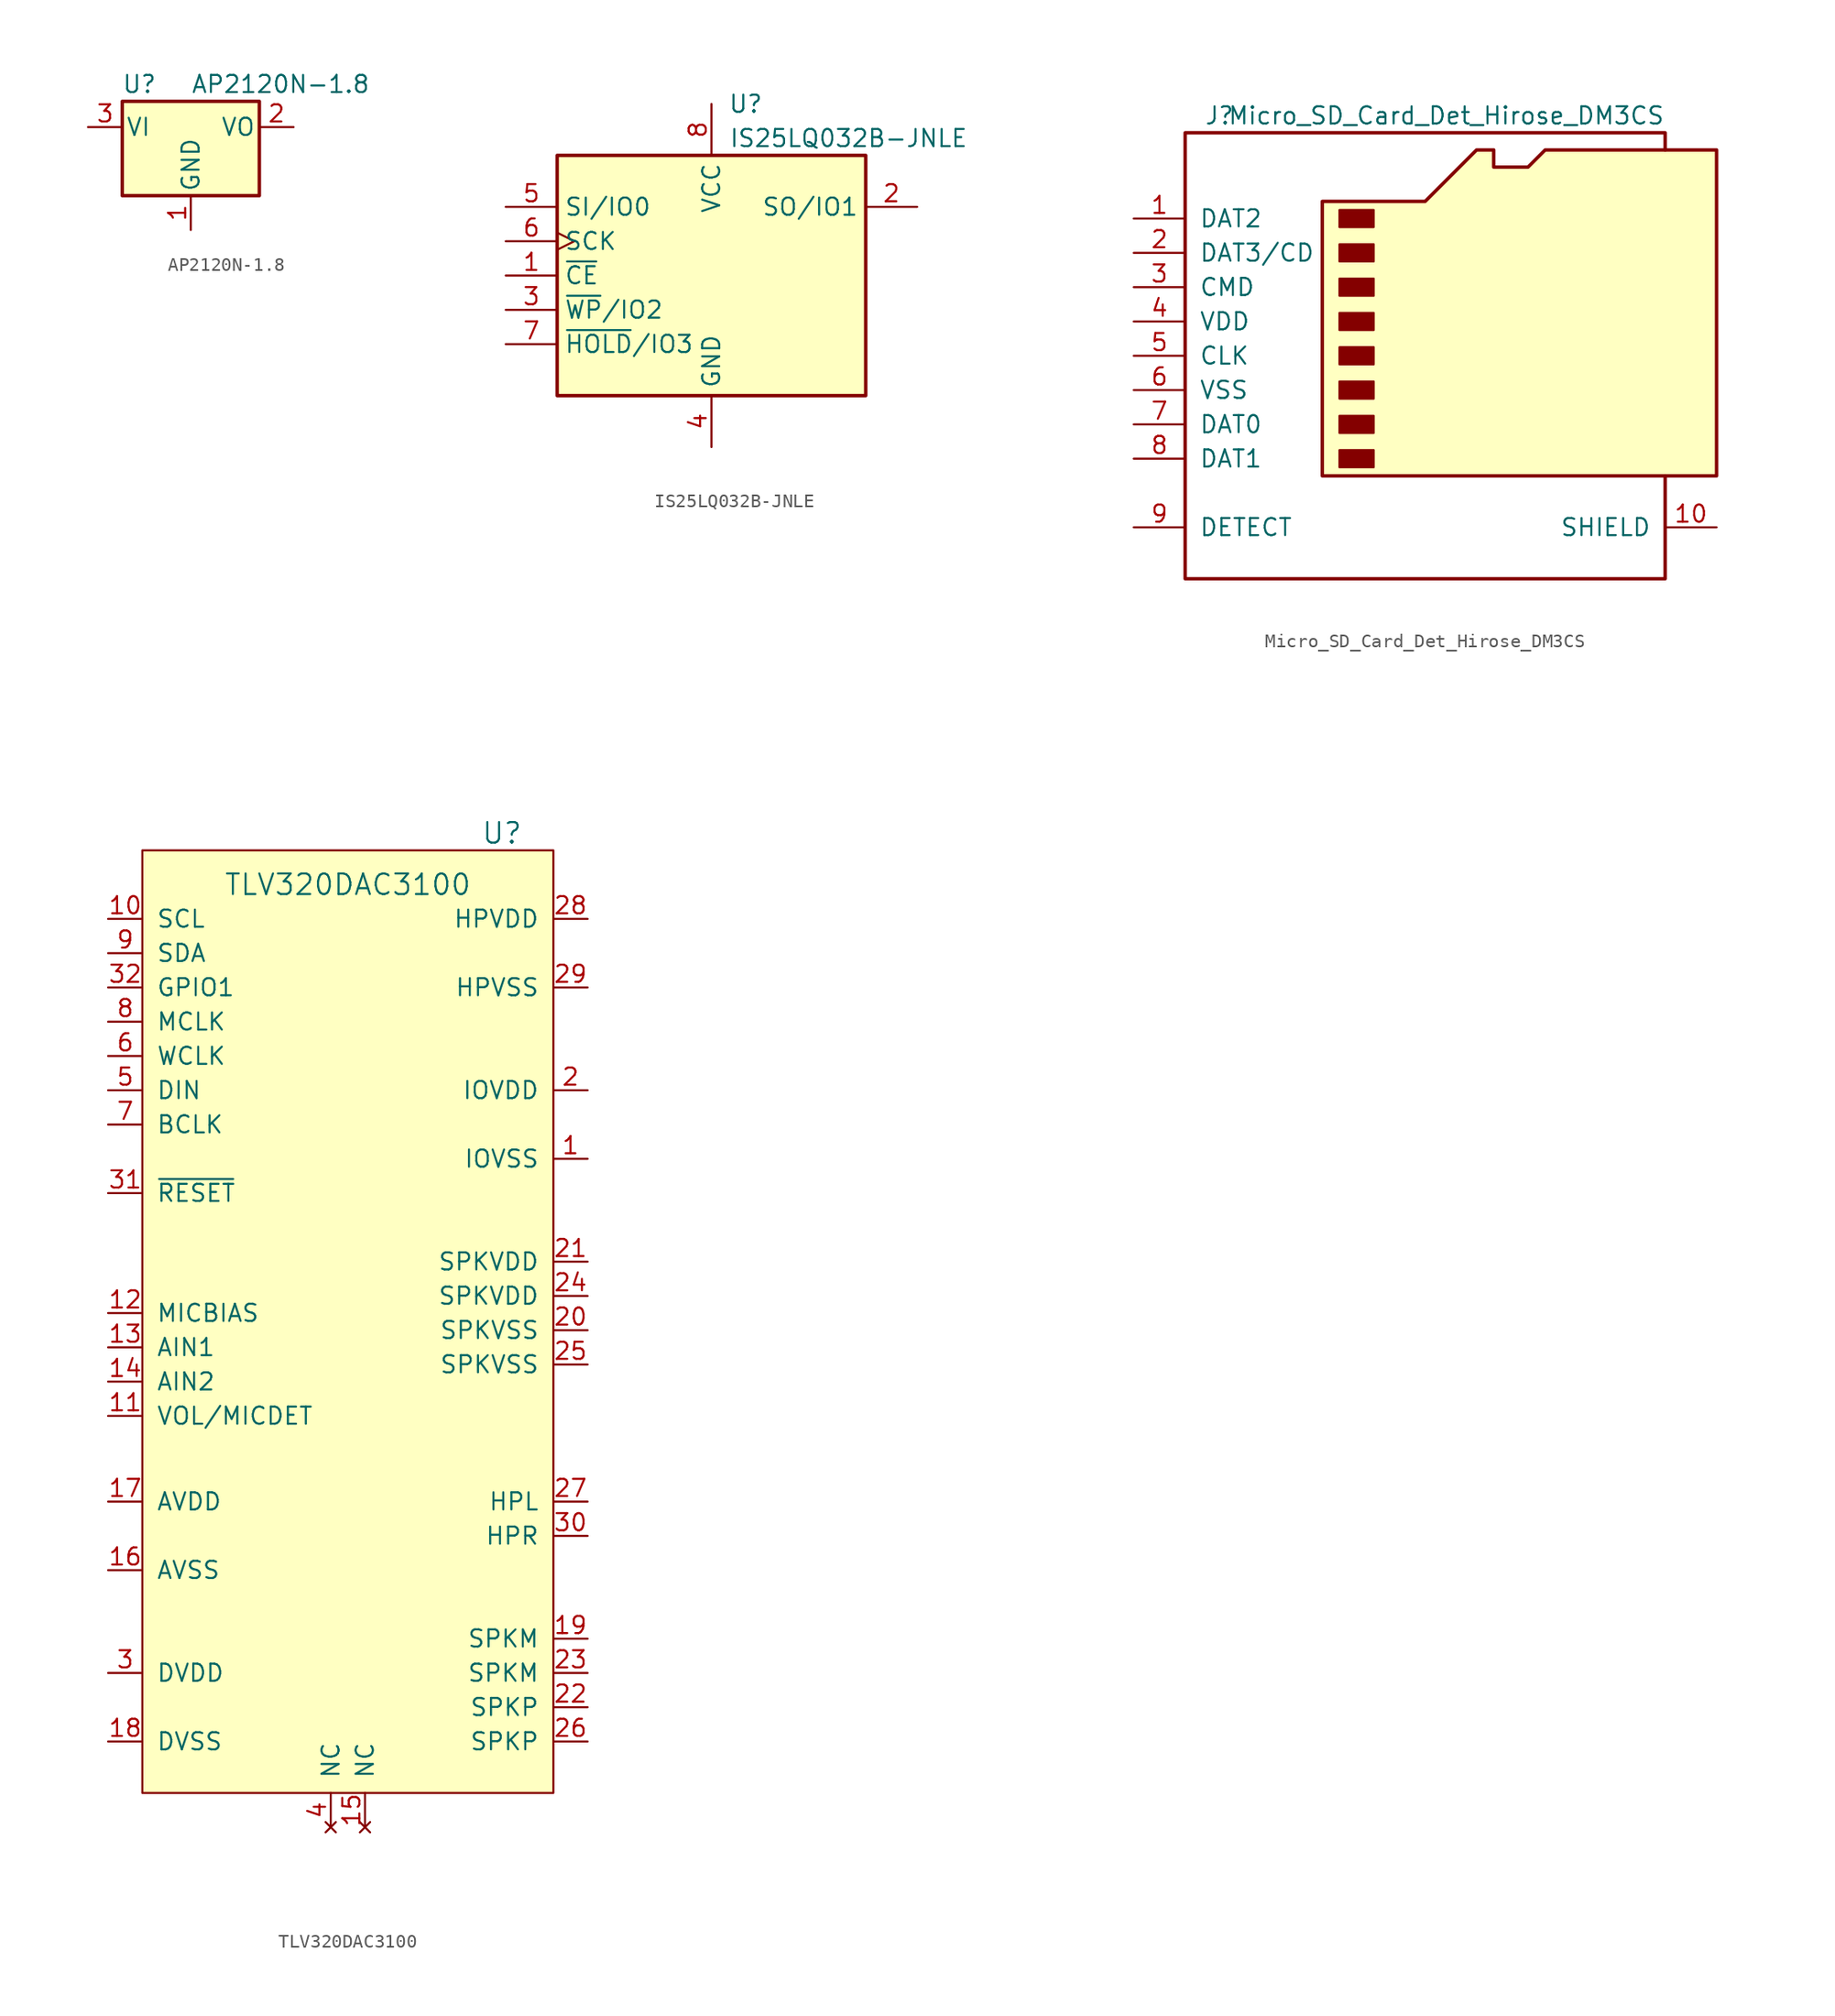
<source format=kicad_sym>
(kicad_symbol_lib
  (version 20220914)
  (generator kicad_symbol_editor)
  (symbol "AP2120N-1.8"
    (pin_names
      (offset 0.254))
    (property "Reference" "U"
      (at -3.81 3.175 0)
      (effects (font (size 1.27 1.27))))
    (property "Value" "AP2120N-1.8"
      (at 0 3.175 0)
      (effects (font (size 1.27 1.27)) (justify left)))
    (symbol "AP2120N-1.8_0_1"
      (rectangle (start -5.08 1.905) (end 5.08 -5.08) (stroke (width 0.254) (type solid)) (fill (type background))))
    (symbol "AP2120N-1.8_1_1"
      (pin power_in line (at 0 -7.62 90) (length 2.54) (name "GND" (effects (font (size 1.27 1.27)))) (number "1" (effects (font (size 1.27 1.27)))))
      (pin power_out line (at 7.62 0 180) (length 2.54) (name "VO" (effects (font (size 1.27 1.27)))) (number "2" (effects (font (size 1.27 1.27)))))
      (pin power_in line (at -7.62 0 0) (length 2.54) (name "VI" (effects (font (size 1.27 1.27)))) (number "3" (effects (font (size 1.27 1.27)))))))
  (symbol "IS25LQ032B-JNLE"
    (property "Reference" "U"
      (at 2.54 12.7 0)
      (effects (font (size 1.27 1.27))))
    (property "Value" "IS25LQ032B-JNLE"
      (at 10.16 10.16 0)
      (effects (font (size 1.27 1.27))))
    (symbol "IS25LQ032B-JNLE_1_1"
      (rectangle (start -11.43 8.89) (end 11.43 -8.89) (stroke (width 0.254) (type solid)) (fill (type background)))
      (pin input line (at -15.24 0 0) (length 3.81) (name "~{CE}" (effects (font (size 1.27 1.27)))) (number "1" (effects (font (size 1.27 1.27)))))
      (pin bidirectional line (at 15.24 5.08 180) (length 3.81) (name "SO/IO1" (effects (font (size 1.27 1.27)))) (number "2" (effects (font (size 1.27 1.27)))))
      (pin bidirectional line (at -15.24 -2.54 0) (length 3.81) (name "~{WP}/IO2" (effects (font (size 1.27 1.27)))) (number "3" (effects (font (size 1.27 1.27)))))
      (pin power_in line (at 0 -12.7 90) (length 3.81) (name "GND" (effects (font (size 1.27 1.27)))) (number "4" (effects (font (size 1.27 1.27)))))
      (pin bidirectional line (at -15.24 5.08 0) (length 3.81) (name "SI/IO0" (effects (font (size 1.27 1.27)))) (number "5" (effects (font (size 1.27 1.27)))))
      (pin input clock (at -15.24 2.54 0) (length 3.81) (name "SCK" (effects (font (size 1.27 1.27)))) (number "6" (effects (font (size 1.27 1.27)))))
      (pin bidirectional line (at -15.24 -5.08 0) (length 3.81) (name "~{HOLD}/IO3" (effects (font (size 1.27 1.27)))) (number "7" (effects (font (size 1.27 1.27)))))
      (pin power_in line (at 0 12.7 270) (length 3.81) (name "VCC" (effects (font (size 1.27 1.27)))) (number "8" (effects (font (size 1.27 1.27)))))))
  (symbol "Micro_SD_Card_Det_Hirose_DM3CS"
    (pin_names
      (offset 1.016))
    (property "Reference" "J"
      (at -16.51 17.78 0)
      (effects (font (size 1.27 1.27))))
    (property "Value" "Micro_SD_Card_Det_Hirose_DM3CS"
      (at 16.51 17.78 0)
      (effects (font (size 1.27 1.27)) (justify right)))
    (symbol "Micro_SD_Card_Det_Hirose_DM3CS_0_1"
      (rectangle (start -7.62 -6.985) (end -5.08 -8.255) (stroke (width 0) (type solid)) (fill (type outline)))
      (rectangle (start -7.62 -4.445) (end -5.08 -5.715) (stroke (width 0) (type solid)) (fill (type outline)))
      (rectangle (start -7.62 -1.905) (end -5.08 -3.175) (stroke (width 0) (type solid)) (fill (type outline)))
      (rectangle (start -7.62 0.635) (end -5.08 -0.635) (stroke (width 0) (type solid)) (fill (type outline)))
      (rectangle (start -7.62 3.175) (end -5.08 1.905) (stroke (width 0) (type solid)) (fill (type outline)))
      (rectangle (start -7.62 5.715) (end -5.08 4.445) (stroke (width 0) (type solid)) (fill (type outline)))
      (rectangle (start -7.62 8.255) (end -5.08 6.985) (stroke (width 0) (type solid)) (fill (type outline)))
      (rectangle (start -7.62 10.795) (end -5.08 9.525) (stroke (width 0) (type solid)) (fill (type outline)))
      (polyline (pts (xy 16.51 15.24) (xy 16.51 16.51) (xy -19.05 16.51) (xy -19.05 -16.51) (xy 16.51 -16.51) (xy 16.51 -8.89)) (stroke (width 0.254) (type solid)) (fill (type none)))
      (polyline (pts (xy -8.89 -8.89) (xy -8.89 11.43) (xy -1.27 11.43) (xy 2.54 15.24) (xy 3.81 15.24) (xy 3.81 13.97) (xy 6.35 13.97) (xy 7.62 15.24) (xy 20.32 15.24) (xy 20.32 -8.89) (xy -8.89 -8.89)) (stroke (width 0.254) (type solid)) (fill (type background))))
    (symbol "Micro_SD_Card_Det_Hirose_DM3CS_1_1"
      (pin bidirectional line (at -22.86 10.16 0) (length 3.81) (name "DAT2" (effects (font (size 1.27 1.27)))) (number "1" (effects (font (size 1.27 1.27)))))
      (pin passive line (at 20.32 -12.7 180) (length 3.81) (name "SHIELD" (effects (font (size 1.27 1.27)))) (number "10" (effects (font (size 1.27 1.27)))))
      (pin passive line (at 20.32 -12.7 180) (length 3.81) hide (name "SHIELD" (effects (font (size 1.27 1.27)))) (number "11" (effects (font (size 1.27 1.27)))))
      (pin passive line (at 20.32 -12.7 180) (length 3.81) hide (name "SHIELD" (effects (font (size 1.27 1.27)))) (number "12" (effects (font (size 1.27 1.27)))))
      (pin passive line (at 20.32 -12.7 180) (length 3.81) hide (name "SHIELD" (effects (font (size 1.27 1.27)))) (number "13" (effects (font (size 1.27 1.27)))))
      (pin bidirectional line (at -22.86 7.62 0) (length 3.81) (name "DAT3/CD" (effects (font (size 1.27 1.27)))) (number "2" (effects (font (size 1.27 1.27)))))
      (pin input line (at -22.86 5.08 0) (length 3.81) (name "CMD" (effects (font (size 1.27 1.27)))) (number "3" (effects (font (size 1.27 1.27)))))
      (pin power_in line (at -22.86 2.54 0) (length 3.81) (name "VDD" (effects (font (size 1.27 1.27)))) (number "4" (effects (font (size 1.27 1.27)))))
      (pin input line (at -22.86 0 0) (length 3.81) (name "CLK" (effects (font (size 1.27 1.27)))) (number "5" (effects (font (size 1.27 1.27)))))
      (pin power_in line (at -22.86 -2.54 0) (length 3.81) (name "VSS" (effects (font (size 1.27 1.27)))) (number "6" (effects (font (size 1.27 1.27)))))
      (pin bidirectional line (at -22.86 -5.08 0) (length 3.81) (name "DAT0" (effects (font (size 1.27 1.27)))) (number "7" (effects (font (size 1.27 1.27)))))
      (pin bidirectional line (at -22.86 -7.62 0) (length 3.81) (name "DAT1" (effects (font (size 1.27 1.27)))) (number "8" (effects (font (size 1.27 1.27)))))
      (pin passive line (at -22.86 -12.7 0) (length 3.81) (name "DETECT" (effects (font (size 1.27 1.27)))) (number "9" (effects (font (size 1.27 1.27)))))))
  (symbol "TLV320DAC3100"
    (pin_names
      (offset 1.016))
    (property "Reference" "U"
      (at 11.43 3.81 0)
      (effects (font (size 1.524 1.524))))
    (property "Value" "TLV320DAC3100"
      (at 0 0 0)
      (effects (font (size 1.524 1.524))))
    (symbol "TLV320DAC3100_0_1"
      (rectangle (start -15.24 2.54) (end 15.24 -67.31) (stroke (width 0) (type solid)) (fill (type background))))
    (symbol "TLV320DAC3100_1_1"
      (pin power_in line (at 17.78 -20.32 180) (length 2.54) (name "IOVSS" (effects (font (size 1.27 1.27)))) (number "1" (effects (font (size 1.27 1.27)))))
      (pin bidirectional line (at -17.78 -2.54 0) (length 2.54) (name "SCL" (effects (font (size 1.27 1.27)))) (number "10" (effects (font (size 1.27 1.27)))))
      (pin input line (at -17.78 -39.37 0) (length 2.54) (name "VOL/MICDET" (effects (font (size 1.27 1.27)))) (number "11" (effects (font (size 1.27 1.27)))))
      (pin power_out line (at -17.78 -31.75 0) (length 2.54) (name "MICBIAS" (effects (font (size 1.27 1.27)))) (number "12" (effects (font (size 1.27 1.27)))))
      (pin input line (at -17.78 -34.29 0) (length 2.54) (name "AIN1" (effects (font (size 1.27 1.27)))) (number "13" (effects (font (size 1.27 1.27)))))
      (pin input line (at -17.78 -36.83 0) (length 2.54) (name "AIN2" (effects (font (size 1.27 1.27)))) (number "14" (effects (font (size 1.27 1.27)))))
      (pin no_connect line (at 1.27 -69.85 90) (length 2.54) (name "NC" (effects (font (size 1.27 1.27)))) (number "15" (effects (font (size 1.27 1.27)))))
      (pin power_in line (at -17.78 -50.8 0) (length 2.54) (name "AVSS" (effects (font (size 1.27 1.27)))) (number "16" (effects (font (size 1.27 1.27)))))
      (pin power_in line (at -17.78 -45.72 0) (length 2.54) (name "AVDD" (effects (font (size 1.27 1.27)))) (number "17" (effects (font (size 1.27 1.27)))))
      (pin power_in line (at -17.78 -63.5 0) (length 2.54) (name "DVSS" (effects (font (size 1.27 1.27)))) (number "18" (effects (font (size 1.27 1.27)))))
      (pin output line (at 17.78 -55.88 180) (length 2.54) (name "SPKM" (effects (font (size 1.27 1.27)))) (number "19" (effects (font (size 1.27 1.27)))))
      (pin power_in line (at 17.78 -15.24 180) (length 2.54) (name "IOVDD" (effects (font (size 1.27 1.27)))) (number "2" (effects (font (size 1.27 1.27)))))
      (pin power_in line (at 17.78 -33.02 180) (length 2.54) (name "SPKVSS" (effects (font (size 1.27 1.27)))) (number "20" (effects (font (size 1.27 1.27)))))
      (pin power_in line (at 17.78 -27.94 180) (length 2.54) (name "SPKVDD" (effects (font (size 1.27 1.27)))) (number "21" (effects (font (size 1.27 1.27)))))
      (pin output line (at 17.78 -60.96 180) (length 2.54) (name "SPKP" (effects (font (size 1.27 1.27)))) (number "22" (effects (font (size 1.27 1.27)))))
      (pin output line (at 17.78 -58.42 180) (length 2.54) (name "SPKM" (effects (font (size 1.27 1.27)))) (number "23" (effects (font (size 1.27 1.27)))))
      (pin power_in line (at 17.78 -30.48 180) (length 2.54) (name "SPKVDD" (effects (font (size 1.27 1.27)))) (number "24" (effects (font (size 1.27 1.27)))))
      (pin power_in line (at 17.78 -35.56 180) (length 2.54) (name "SPKVSS" (effects (font (size 1.27 1.27)))) (number "25" (effects (font (size 1.27 1.27)))))
      (pin output line (at 17.78 -63.5 180) (length 2.54) (name "SPKP" (effects (font (size 1.27 1.27)))) (number "26" (effects (font (size 1.27 1.27)))))
      (pin output line (at 17.78 -45.72 180) (length 2.54) (name "HPL" (effects (font (size 1.27 1.27)))) (number "27" (effects (font (size 1.27 1.27)))))
      (pin power_in line (at 17.78 -2.54 180) (length 2.54) (name "HPVDD" (effects (font (size 1.27 1.27)))) (number "28" (effects (font (size 1.27 1.27)))))
      (pin power_in line (at 17.78 -7.62 180) (length 2.54) (name "HPVSS" (effects (font (size 1.27 1.27)))) (number "29" (effects (font (size 1.27 1.27)))))
      (pin power_in line (at -17.78 -58.42 0) (length 2.54) (name "DVDD" (effects (font (size 1.27 1.27)))) (number "3" (effects (font (size 1.27 1.27)))))
      (pin output line (at 17.78 -48.26 180) (length 2.54) (name "HPR" (effects (font (size 1.27 1.27)))) (number "30" (effects (font (size 1.27 1.27)))))
      (pin input line (at -17.78 -22.86 0) (length 2.54) (name "~{RESET}" (effects (font (size 1.27 1.27)))) (number "31" (effects (font (size 1.27 1.27)))))
      (pin bidirectional line (at -17.78 -7.62 0) (length 2.54) (name "GPIO1" (effects (font (size 1.27 1.27)))) (number "32" (effects (font (size 1.27 1.27)))))
      (pin no_connect line (at -1.27 -69.85 90) (length 2.54) (name "NC" (effects (font (size 1.27 1.27)))) (number "4" (effects (font (size 1.27 1.27)))))
      (pin input line (at -17.78 -15.24 0) (length 2.54) (name "DIN" (effects (font (size 1.27 1.27)))) (number "5" (effects (font (size 1.27 1.27)))))
      (pin bidirectional line (at -17.78 -12.7 0) (length 2.54) (name "WCLK" (effects (font (size 1.27 1.27)))) (number "6" (effects (font (size 1.27 1.27)))))
      (pin bidirectional line (at -17.78 -17.78 0) (length 2.54) (name "BCLK" (effects (font (size 1.27 1.27)))) (number "7" (effects (font (size 1.27 1.27)))))
      (pin input line (at -17.78 -10.16 0) (length 2.54) (name "MCLK" (effects (font (size 1.27 1.27)))) (number "8" (effects (font (size 1.27 1.27)))))
      (pin bidirectional line (at -17.78 -5.08 0) (length 2.54) (name "SDA" (effects (font (size 1.27 1.27)))) (number "9" (effects (font (size 1.27 1.27))))))))
</source>
